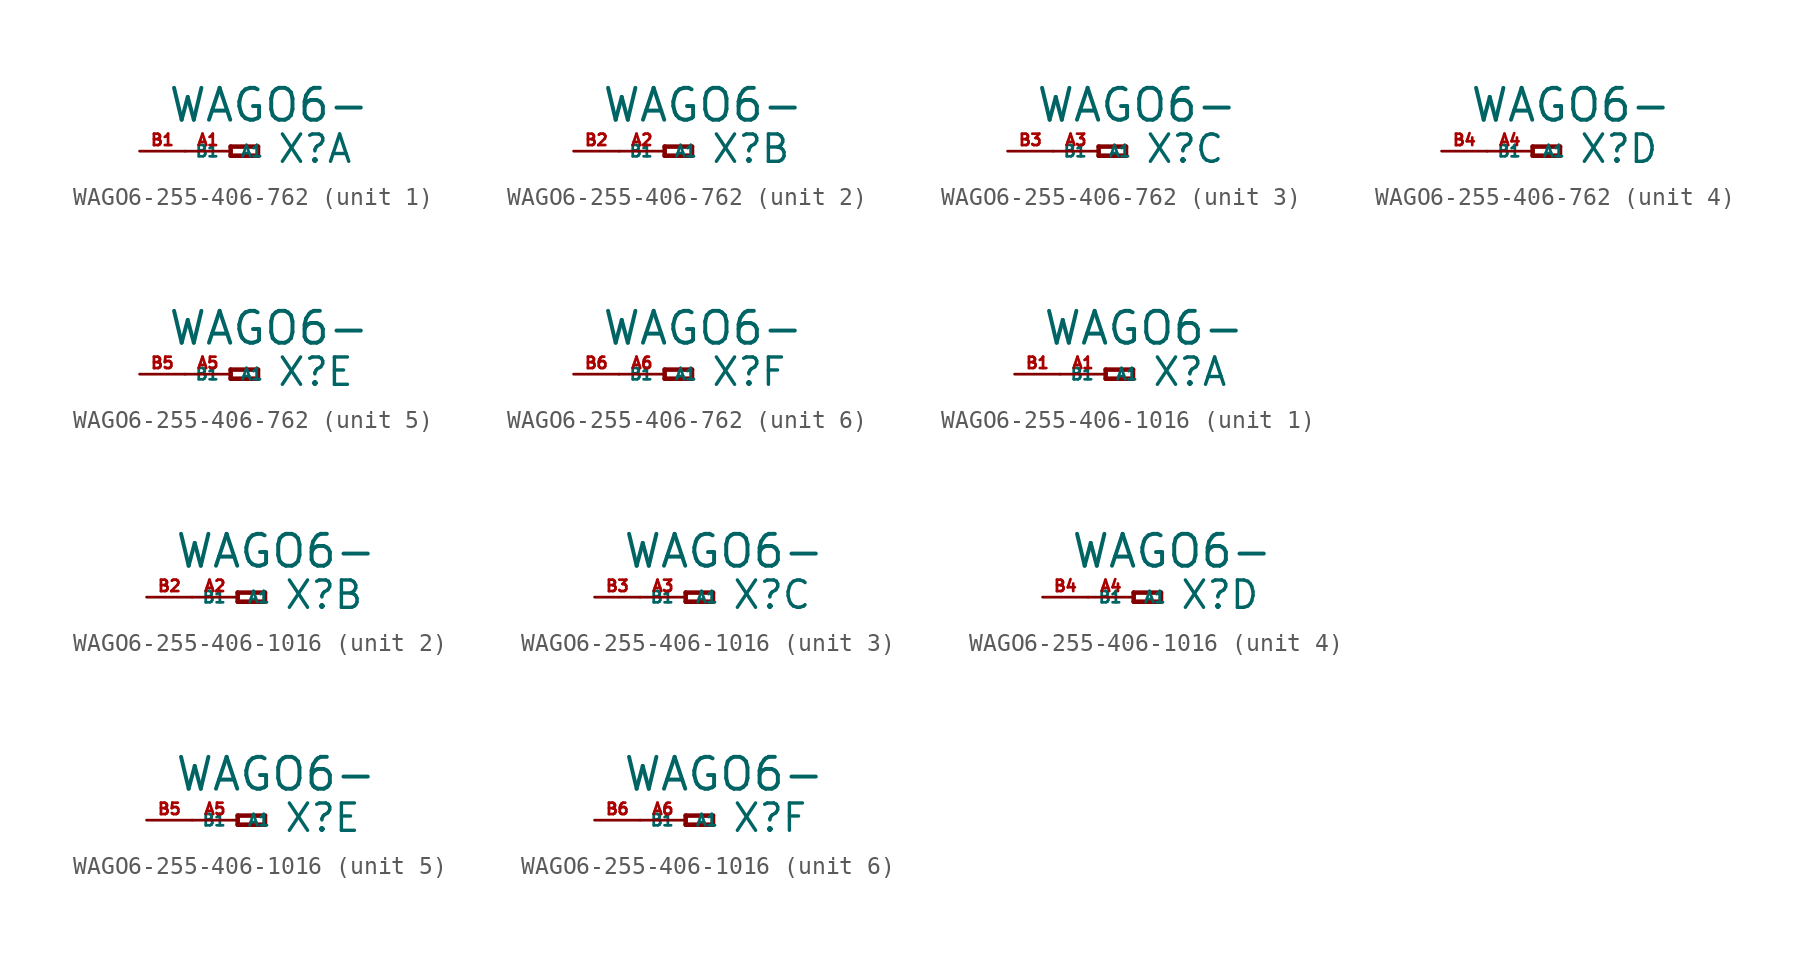
<source format=kicad_sym>
(kicad_symbol_lib
  (version 20220914)
  (generator Eagle2Kicad)
  (symbol "WAGO6-255-406-762"
    (property "Reference" "X"
      (at 2.54 -0.762 0)
      (effects (font (size 1.524 1.524) (thickness 0.19)) (justify left bottom)))
    (property "Value" "WAGO6-"
      (at -3.556 1.524 0)
      (effects (font (size 1.778 1.778) (thickness 0.22)) (justify left bottom)))
    (symbol "WAGO6-255-406-762_1_0"
      (polyline (pts (xy 0 0.254) (xy 0 -0.254)) (stroke (width 0.254) (type default)) (fill (type none)))
      (polyline (pts (xy 0 -0.254) (xy 1.524 -0.254)) (stroke (width 0.254) (type default)) (fill (type none)))
      (polyline (pts (xy 1.524 -0.254) (xy 1.524 0.254)) (stroke (width 0.254) (type default)) (fill (type none)))
      (polyline (pts (xy 1.524 0.254) (xy 0 0.254)) (stroke (width 0.254) (type default)) (fill (type none)))
      (pin passive line (at -2.54 0 0) (length 2.54) (name "A1" (effects (font (size 0.635 0.635) (thickness 0.08)) (justify left bottom))) (number "A1" (effects (font (size 0.635 0.635) (thickness 0.08)) (justify left bottom))))
      (pin passive line (at -5.08 0 0) (length 2.54) (name "B1" (effects (font (size 0.635 0.635) (thickness 0.08)) (justify left bottom))) (number "B1" (effects (font (size 0.635 0.635) (thickness 0.08)) (justify left bottom)))))
    (symbol "WAGO6-255-406-762_2_0"
      (polyline (pts (xy 0 0.254) (xy 0 -0.254)) (stroke (width 0.254) (type default)) (fill (type none)))
      (polyline (pts (xy 0 -0.254) (xy 1.524 -0.254)) (stroke (width 0.254) (type default)) (fill (type none)))
      (polyline (pts (xy 1.524 -0.254) (xy 1.524 0.254)) (stroke (width 0.254) (type default)) (fill (type none)))
      (polyline (pts (xy 1.524 0.254) (xy 0 0.254)) (stroke (width 0.254) (type default)) (fill (type none)))
      (pin passive line (at -2.54 0 0) (length 2.54) (name "A1" (effects (font (size 0.635 0.635) (thickness 0.08)) (justify left bottom))) (number "A2" (effects (font (size 0.635 0.635) (thickness 0.08)) (justify left bottom))))
      (pin passive line (at -5.08 0 0) (length 2.54) (name "B1" (effects (font (size 0.635 0.635) (thickness 0.08)) (justify left bottom))) (number "B2" (effects (font (size 0.635 0.635) (thickness 0.08)) (justify left bottom)))))
    (symbol "WAGO6-255-406-762_3_0"
      (polyline (pts (xy 0 0.254) (xy 0 -0.254)) (stroke (width 0.254) (type default)) (fill (type none)))
      (polyline (pts (xy 0 -0.254) (xy 1.524 -0.254)) (stroke (width 0.254) (type default)) (fill (type none)))
      (polyline (pts (xy 1.524 -0.254) (xy 1.524 0.254)) (stroke (width 0.254) (type default)) (fill (type none)))
      (polyline (pts (xy 1.524 0.254) (xy 0 0.254)) (stroke (width 0.254) (type default)) (fill (type none)))
      (pin passive line (at -2.54 0 0) (length 2.54) (name "A1" (effects (font (size 0.635 0.635) (thickness 0.08)) (justify left bottom))) (number "A3" (effects (font (size 0.635 0.635) (thickness 0.08)) (justify left bottom))))
      (pin passive line (at -5.08 0 0) (length 2.54) (name "B1" (effects (font (size 0.635 0.635) (thickness 0.08)) (justify left bottom))) (number "B3" (effects (font (size 0.635 0.635) (thickness 0.08)) (justify left bottom)))))
    (symbol "WAGO6-255-406-762_4_0"
      (polyline (pts (xy 0 0.254) (xy 0 -0.254)) (stroke (width 0.254) (type default)) (fill (type none)))
      (polyline (pts (xy 0 -0.254) (xy 1.524 -0.254)) (stroke (width 0.254) (type default)) (fill (type none)))
      (polyline (pts (xy 1.524 -0.254) (xy 1.524 0.254)) (stroke (width 0.254) (type default)) (fill (type none)))
      (polyline (pts (xy 1.524 0.254) (xy 0 0.254)) (stroke (width 0.254) (type default)) (fill (type none)))
      (pin passive line (at -2.54 0 0) (length 2.54) (name "A1" (effects (font (size 0.635 0.635) (thickness 0.08)) (justify left bottom))) (number "A4" (effects (font (size 0.635 0.635) (thickness 0.08)) (justify left bottom))))
      (pin passive line (at -5.08 0 0) (length 2.54) (name "B1" (effects (font (size 0.635 0.635) (thickness 0.08)) (justify left bottom))) (number "B4" (effects (font (size 0.635 0.635) (thickness 0.08)) (justify left bottom)))))
    (symbol "WAGO6-255-406-762_5_0"
      (polyline (pts (xy 0 0.254) (xy 0 -0.254)) (stroke (width 0.254) (type default)) (fill (type none)))
      (polyline (pts (xy 0 -0.254) (xy 1.524 -0.254)) (stroke (width 0.254) (type default)) (fill (type none)))
      (polyline (pts (xy 1.524 -0.254) (xy 1.524 0.254)) (stroke (width 0.254) (type default)) (fill (type none)))
      (polyline (pts (xy 1.524 0.254) (xy 0 0.254)) (stroke (width 0.254) (type default)) (fill (type none)))
      (pin passive line (at -2.54 0 0) (length 2.54) (name "A1" (effects (font (size 0.635 0.635) (thickness 0.08)) (justify left bottom))) (number "A5" (effects (font (size 0.635 0.635) (thickness 0.08)) (justify left bottom))))
      (pin passive line (at -5.08 0 0) (length 2.54) (name "B1" (effects (font (size 0.635 0.635) (thickness 0.08)) (justify left bottom))) (number "B5" (effects (font (size 0.635 0.635) (thickness 0.08)) (justify left bottom)))))
    (symbol "WAGO6-255-406-762_6_0"
      (polyline (pts (xy 0 0.254) (xy 0 -0.254)) (stroke (width 0.254) (type default)) (fill (type none)))
      (polyline (pts (xy 0 -0.254) (xy 1.524 -0.254)) (stroke (width 0.254) (type default)) (fill (type none)))
      (polyline (pts (xy 1.524 -0.254) (xy 1.524 0.254)) (stroke (width 0.254) (type default)) (fill (type none)))
      (polyline (pts (xy 1.524 0.254) (xy 0 0.254)) (stroke (width 0.254) (type default)) (fill (type none)))
      (pin passive line (at -2.54 0 0) (length 2.54) (name "A1" (effects (font (size 0.635 0.635) (thickness 0.08)) (justify left bottom))) (number "A6" (effects (font (size 0.635 0.635) (thickness 0.08)) (justify left bottom))))
      (pin passive line (at -5.08 0 0) (length 2.54) (name "B1" (effects (font (size 0.635 0.635) (thickness 0.08)) (justify left bottom))) (number "B6" (effects (font (size 0.635 0.635) (thickness 0.08)) (justify left bottom))))))
  (symbol "WAGO6-255-406-1016"
    (property "Reference" "X"
      (at 2.54 -0.762 0)
      (effects (font (size 1.524 1.524) (thickness 0.19)) (justify left bottom)))
    (property "Value" "WAGO6-"
      (at -3.556 1.524 0)
      (effects (font (size 1.778 1.778) (thickness 0.22)) (justify left bottom)))
    (symbol "WAGO6-255-406-1016_1_0"
      (polyline (pts (xy 0 0.254) (xy 0 -0.254)) (stroke (width 0.254) (type default)) (fill (type none)))
      (polyline (pts (xy 0 -0.254) (xy 1.524 -0.254)) (stroke (width 0.254) (type default)) (fill (type none)))
      (polyline (pts (xy 1.524 -0.254) (xy 1.524 0.254)) (stroke (width 0.254) (type default)) (fill (type none)))
      (polyline (pts (xy 1.524 0.254) (xy 0 0.254)) (stroke (width 0.254) (type default)) (fill (type none)))
      (pin passive line (at -2.54 0 0) (length 2.54) (name "A1" (effects (font (size 0.635 0.635) (thickness 0.08)) (justify left bottom))) (number "A1" (effects (font (size 0.635 0.635) (thickness 0.08)) (justify left bottom))))
      (pin passive line (at -5.08 0 0) (length 2.54) (name "B1" (effects (font (size 0.635 0.635) (thickness 0.08)) (justify left bottom))) (number "B1" (effects (font (size 0.635 0.635) (thickness 0.08)) (justify left bottom)))))
    (symbol "WAGO6-255-406-1016_2_0"
      (polyline (pts (xy 0 0.254) (xy 0 -0.254)) (stroke (width 0.254) (type default)) (fill (type none)))
      (polyline (pts (xy 0 -0.254) (xy 1.524 -0.254)) (stroke (width 0.254) (type default)) (fill (type none)))
      (polyline (pts (xy 1.524 -0.254) (xy 1.524 0.254)) (stroke (width 0.254) (type default)) (fill (type none)))
      (polyline (pts (xy 1.524 0.254) (xy 0 0.254)) (stroke (width 0.254) (type default)) (fill (type none)))
      (pin passive line (at -2.54 0 0) (length 2.54) (name "A1" (effects (font (size 0.635 0.635) (thickness 0.08)) (justify left bottom))) (number "A2" (effects (font (size 0.635 0.635) (thickness 0.08)) (justify left bottom))))
      (pin passive line (at -5.08 0 0) (length 2.54) (name "B1" (effects (font (size 0.635 0.635) (thickness 0.08)) (justify left bottom))) (number "B2" (effects (font (size 0.635 0.635) (thickness 0.08)) (justify left bottom)))))
    (symbol "WAGO6-255-406-1016_3_0"
      (polyline (pts (xy 0 0.254) (xy 0 -0.254)) (stroke (width 0.254) (type default)) (fill (type none)))
      (polyline (pts (xy 0 -0.254) (xy 1.524 -0.254)) (stroke (width 0.254) (type default)) (fill (type none)))
      (polyline (pts (xy 1.524 -0.254) (xy 1.524 0.254)) (stroke (width 0.254) (type default)) (fill (type none)))
      (polyline (pts (xy 1.524 0.254) (xy 0 0.254)) (stroke (width 0.254) (type default)) (fill (type none)))
      (pin passive line (at -2.54 0 0) (length 2.54) (name "A1" (effects (font (size 0.635 0.635) (thickness 0.08)) (justify left bottom))) (number "A3" (effects (font (size 0.635 0.635) (thickness 0.08)) (justify left bottom))))
      (pin passive line (at -5.08 0 0) (length 2.54) (name "B1" (effects (font (size 0.635 0.635) (thickness 0.08)) (justify left bottom))) (number "B3" (effects (font (size 0.635 0.635) (thickness 0.08)) (justify left bottom)))))
    (symbol "WAGO6-255-406-1016_4_0"
      (polyline (pts (xy 0 0.254) (xy 0 -0.254)) (stroke (width 0.254) (type default)) (fill (type none)))
      (polyline (pts (xy 0 -0.254) (xy 1.524 -0.254)) (stroke (width 0.254) (type default)) (fill (type none)))
      (polyline (pts (xy 1.524 -0.254) (xy 1.524 0.254)) (stroke (width 0.254) (type default)) (fill (type none)))
      (polyline (pts (xy 1.524 0.254) (xy 0 0.254)) (stroke (width 0.254) (type default)) (fill (type none)))
      (pin passive line (at -2.54 0 0) (length 2.54) (name "A1" (effects (font (size 0.635 0.635) (thickness 0.08)) (justify left bottom))) (number "A4" (effects (font (size 0.635 0.635) (thickness 0.08)) (justify left bottom))))
      (pin passive line (at -5.08 0 0) (length 2.54) (name "B1" (effects (font (size 0.635 0.635) (thickness 0.08)) (justify left bottom))) (number "B4" (effects (font (size 0.635 0.635) (thickness 0.08)) (justify left bottom)))))
    (symbol "WAGO6-255-406-1016_5_0"
      (polyline (pts (xy 0 0.254) (xy 0 -0.254)) (stroke (width 0.254) (type default)) (fill (type none)))
      (polyline (pts (xy 0 -0.254) (xy 1.524 -0.254)) (stroke (width 0.254) (type default)) (fill (type none)))
      (polyline (pts (xy 1.524 -0.254) (xy 1.524 0.254)) (stroke (width 0.254) (type default)) (fill (type none)))
      (polyline (pts (xy 1.524 0.254) (xy 0 0.254)) (stroke (width 0.254) (type default)) (fill (type none)))
      (pin passive line (at -2.54 0 0) (length 2.54) (name "A1" (effects (font (size 0.635 0.635) (thickness 0.08)) (justify left bottom))) (number "A5" (effects (font (size 0.635 0.635) (thickness 0.08)) (justify left bottom))))
      (pin passive line (at -5.08 0 0) (length 2.54) (name "B1" (effects (font (size 0.635 0.635) (thickness 0.08)) (justify left bottom))) (number "B5" (effects (font (size 0.635 0.635) (thickness 0.08)) (justify left bottom)))))
    (symbol "WAGO6-255-406-1016_6_0"
      (polyline (pts (xy 0 0.254) (xy 0 -0.254)) (stroke (width 0.254) (type default)) (fill (type none)))
      (polyline (pts (xy 0 -0.254) (xy 1.524 -0.254)) (stroke (width 0.254) (type default)) (fill (type none)))
      (polyline (pts (xy 1.524 -0.254) (xy 1.524 0.254)) (stroke (width 0.254) (type default)) (fill (type none)))
      (polyline (pts (xy 1.524 0.254) (xy 0 0.254)) (stroke (width 0.254) (type default)) (fill (type none)))
      (pin passive line (at -2.54 0 0) (length 2.54) (name "A1" (effects (font (size 0.635 0.635) (thickness 0.08)) (justify left bottom))) (number "A6" (effects (font (size 0.635 0.635) (thickness 0.08)) (justify left bottom))))
      (pin passive line (at -5.08 0 0) (length 2.54) (name "B1" (effects (font (size 0.635 0.635) (thickness 0.08)) (justify left bottom))) (number "B6" (effects (font (size 0.635 0.635) (thickness 0.08)) (justify left bottom)))))))
</source>
